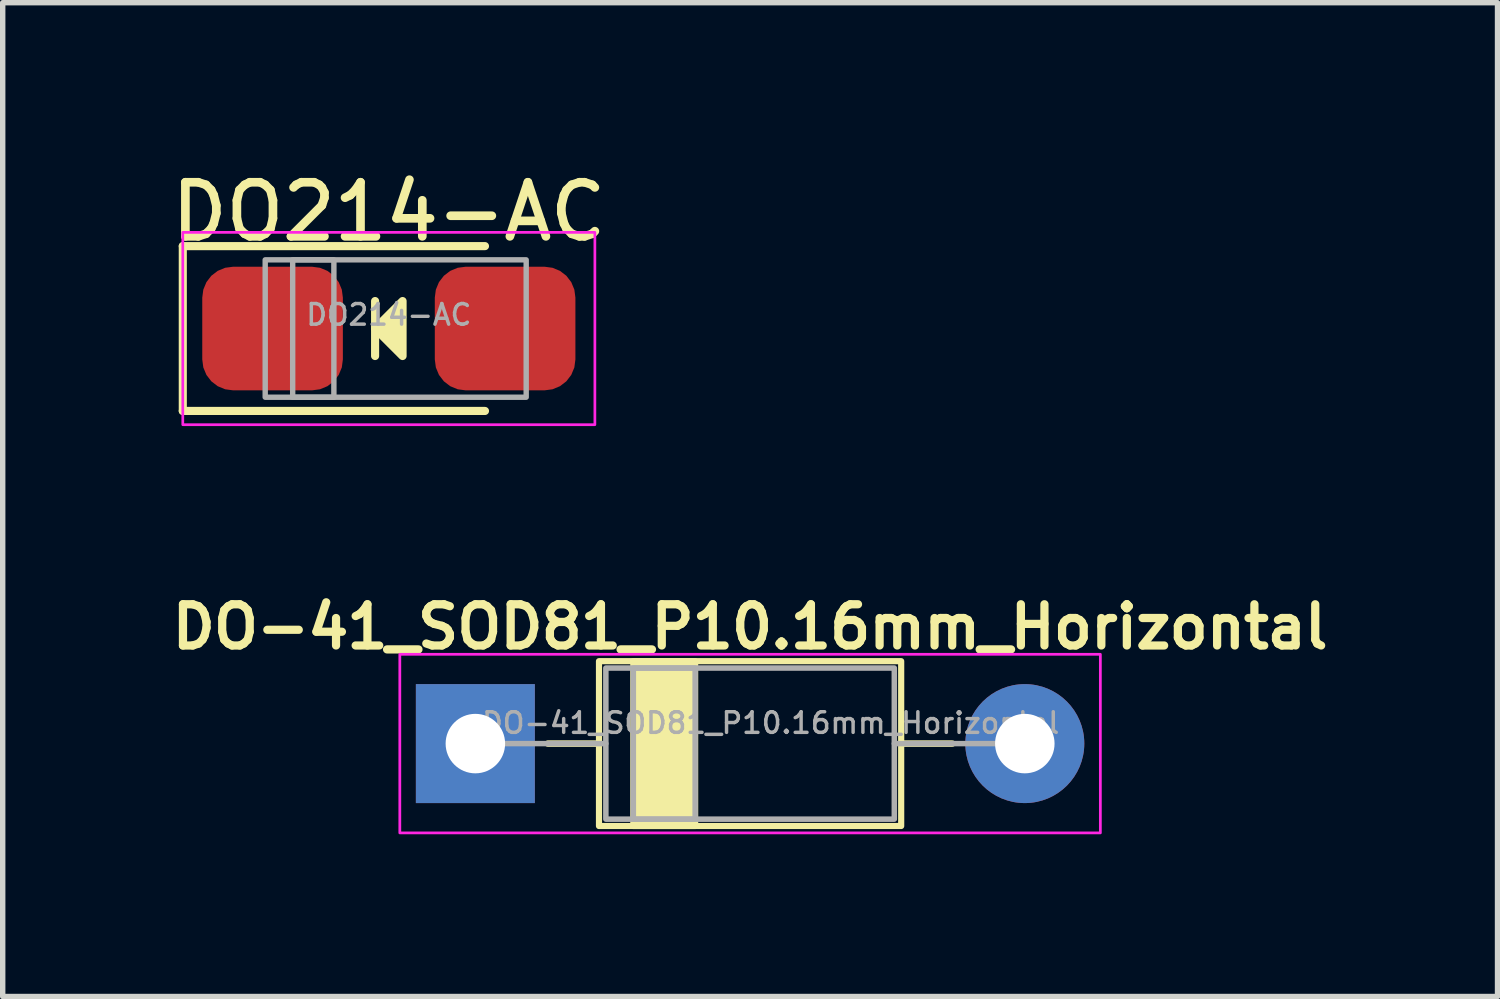
<source format=kicad_pcb>
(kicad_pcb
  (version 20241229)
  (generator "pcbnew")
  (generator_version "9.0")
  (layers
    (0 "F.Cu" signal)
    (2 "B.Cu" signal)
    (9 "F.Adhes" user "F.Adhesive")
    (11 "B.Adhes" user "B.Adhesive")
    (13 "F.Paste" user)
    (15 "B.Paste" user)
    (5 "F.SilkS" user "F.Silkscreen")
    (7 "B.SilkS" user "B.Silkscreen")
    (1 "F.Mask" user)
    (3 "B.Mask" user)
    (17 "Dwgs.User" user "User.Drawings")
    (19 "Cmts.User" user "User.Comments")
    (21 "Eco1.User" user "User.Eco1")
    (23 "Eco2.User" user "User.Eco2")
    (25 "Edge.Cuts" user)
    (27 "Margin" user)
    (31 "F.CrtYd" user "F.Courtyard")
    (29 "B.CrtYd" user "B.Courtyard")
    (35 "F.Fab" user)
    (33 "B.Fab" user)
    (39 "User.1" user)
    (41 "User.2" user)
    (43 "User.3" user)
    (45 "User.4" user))
  (footprint "DO214-AC"
    (layer "F.Cu")
    (at 4.14 3.025)
    (property "Reference" "DO214-AC" (at 0 -2.159 0) (unlocked yes) (layer "F.SilkS") (effects (font (size 1 1) (thickness 0.16))))
    (attr smd)
    (fp_line (start -3.81 -1.524) (end -3.81 1.524) (stroke (width 0.15) (type default)) (layer "F.SilkS"))
    (fp_line (start -3.81 -1.524) (end 1.778 -1.524) (stroke (width 0.15) (type default)) (layer "F.SilkS"))
    (fp_line (start -3.81 1.524) (end 1.778 1.524) (stroke (width 0.15) (type default)) (layer "F.SilkS"))
    (fp_line (start -0.254 -0.508) (end -0.254 0.508) (stroke (width 0.15) (type default)) (layer "F.SilkS"))
    (fp_poly (pts (xy -0.254 0) (xy 0.254 -0.508) (xy 0.254 0.508)) (stroke (width 0.15) (type solid)) (fill yes) (layer "F.SilkS"))
    (fp_rect (start -3.81 -1.778) (end 3.81 1.778) (stroke (width 0.05) (type default)) (fill no) (layer "F.CrtYd"))
    (fp_rect (start -2.286 -1.27) (end 2.54 1.27) (stroke (width 0.1) (type default)) (fill no) (layer "F.Fab"))
    (fp_rect (start -1.778 -1.27) (end -1.016 1.27) (stroke (width 0.1) (type solid)) (fill no) (layer "F.Fab"))
    (fp_text user "${REFERENCE}" (at 0 -0.254 0) (unlocked yes) (layer "F.Fab") (effects (font (size 0.381 0.381) (thickness 0.064) (bold yes))))
    (pad "1" smd roundrect (at -2.15 0 90) (size 2.286 2.6) (layers "F.Cu" "F.Mask" "F.Paste") (roundrect_rratio 0.25))
    (pad "2" smd roundrect (at 2.15 0 90) (size 2.286 2.6) (layers "F.Cu" "F.Mask" "F.Paste") (roundrect_rratio 0.25)))
  (footprint "DO-41_SOD81_P10.16mm_Horizontal"
    (layer "F.Cu")
    (at 10.82 10.7)
    (property "Reference" "DO-41_SOD81_P10.16mm_Horizontal" (at 0 -2.159 0) (layer "F.SilkS") (effects (font (size 0.762 0.762) (thickness 0.152) (bold yes))))
    (attr through_hole)
    (fp_line (start -3.74 0) (end -2.794 0) (stroke (width 0.12) (type solid)) (layer "F.SilkS"))
    (fp_line (start 3.74 0) (end 2.794 0) (stroke (width 0.12) (type solid)) (layer "F.SilkS"))
    (fp_rect (start -2.794 -1.524) (end 2.794 1.524) (stroke (width 0.114) (type default)) (fill no) (layer "F.SilkS"))
    (fp_rect (start -2.159 -1.524) (end -1.016 1.524) (stroke (width 0.114) (type solid)) (fill yes) (layer "F.SilkS"))
    (fp_rect (start -6.477 -1.651) (end 6.477 1.651) (stroke (width 0.051) (type default)) (fill no) (layer "F.CrtYd"))
    (fp_line (start -5.08 0) (end -2.667 0) (stroke (width 0.1) (type solid)) (layer "F.Fab"))
    (fp_line (start 5.08 0) (end 2.667 0) (stroke (width 0.1) (type solid)) (layer "F.Fab"))
    (fp_rect (start -2.667 -1.397) (end 2.667 1.397) (stroke (width 0.102) (type default)) (fill no) (layer "F.Fab"))
    (fp_rect (start -2.159 -1.397) (end -1.016 1.397) (stroke (width 0.102) (type solid)) (fill no) (layer "F.Fab"))
    (fp_text user "${REFERENCE}" (at 0.381 -0.381 0) (layer "F.Fab") (effects (font (size 0.381 0.381) (thickness 0.064) (bold yes))))
    (pad "1" thru_hole rect (at -5.08 0) (size 2.2 2.2) (drill 1.1) (layers "*.Cu" "*.Mask"))
    (pad "2" thru_hole oval (at 5.08 0) (size 2.2 2.2) (drill 1.1) (layers "*.Cu" "*.Mask")))
  (gr_rect
    (start -3 -3)
    (end 24.641 15.376)
    (stroke (width 0.1) (type default))
    (fill no)
    (layer "Edge.Cuts")))
</source>
